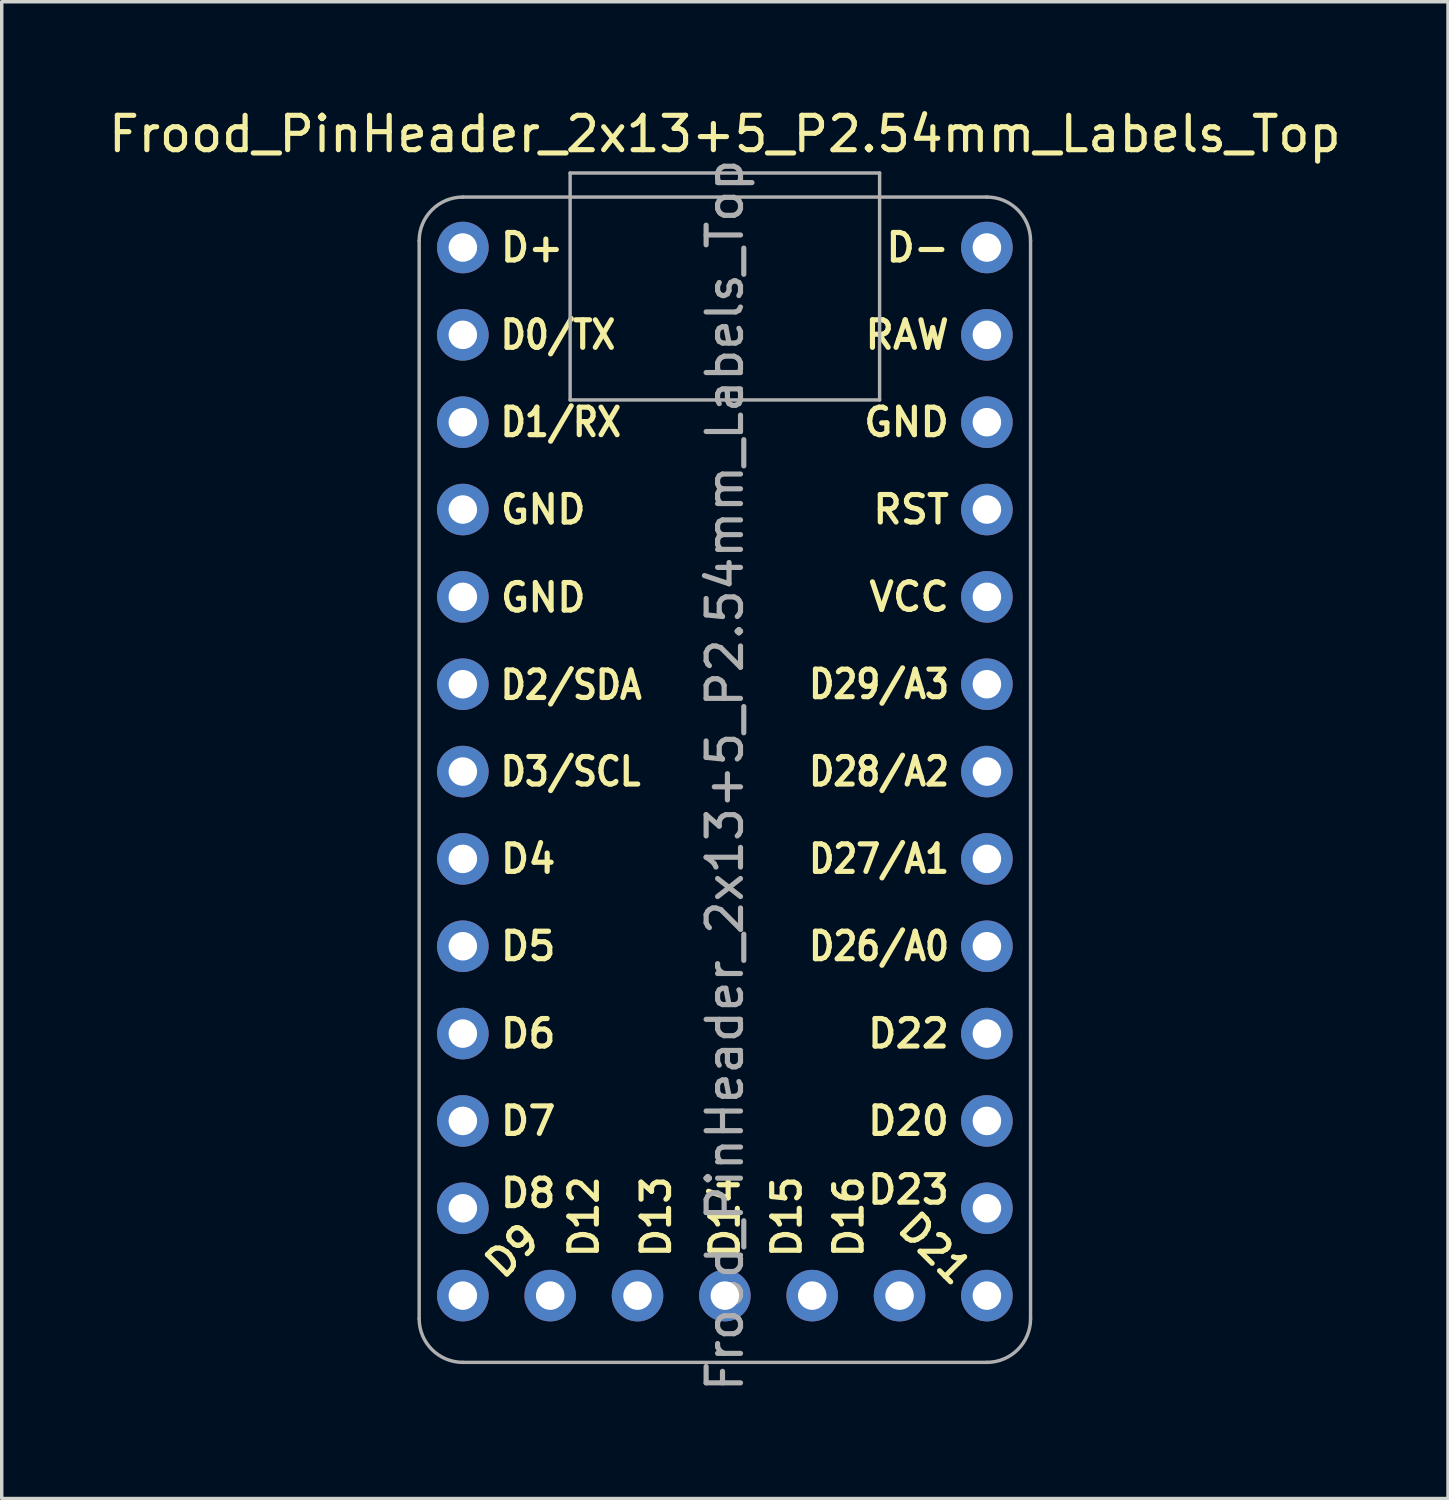
<source format=kicad_pcb>
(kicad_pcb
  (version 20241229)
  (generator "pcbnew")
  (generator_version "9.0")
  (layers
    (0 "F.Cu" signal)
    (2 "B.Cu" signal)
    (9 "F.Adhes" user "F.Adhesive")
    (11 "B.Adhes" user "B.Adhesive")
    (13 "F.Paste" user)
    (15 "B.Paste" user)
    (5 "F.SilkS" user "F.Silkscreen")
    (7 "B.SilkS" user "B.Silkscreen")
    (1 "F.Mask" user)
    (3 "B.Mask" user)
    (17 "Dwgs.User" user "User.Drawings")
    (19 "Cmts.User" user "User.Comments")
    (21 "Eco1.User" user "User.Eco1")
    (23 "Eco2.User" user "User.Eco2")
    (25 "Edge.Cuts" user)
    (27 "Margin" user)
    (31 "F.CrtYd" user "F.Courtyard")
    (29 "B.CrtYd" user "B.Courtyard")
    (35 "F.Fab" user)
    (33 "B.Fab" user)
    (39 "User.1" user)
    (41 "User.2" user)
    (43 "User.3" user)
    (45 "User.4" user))
  (footprint "Frood_PinHeader_2x13+5_P2.54mm_Labels_Top"
    (layer "F.Cu")
    (at 18.03 4.148)
    (property "Reference" "Frood_PinHeader_2x13+5_P2.54mm_Labels_Top" (at 0 -3.3 0) (layer "F.SilkS") (effects (font (size 1 1) (thickness 0.15))))
    (attr through_hole)
    (fp_line (start -8.89 -0.197) (end -8.89 31.151) (stroke (width 0.1) (type solid)) (layer "F.Fab"))
    (fp_line (start -7.62 -1.467) (end 7.62 -1.467) (stroke (width 0.1) (type solid)) (layer "F.Fab"))
    (fp_line (start -7.62 32.421) (end 7.62 32.421) (stroke (width 0.1) (type solid)) (layer "F.Fab"))
    (fp_line (start -4.5 -2.167) (end -4.5 4.433) (stroke (width 0.1) (type solid)) (layer "F.Fab"))
    (fp_line (start -4.5 4.433) (end 4.5 4.433) (stroke (width 0.1) (type solid)) (layer "F.Fab"))
    (fp_line (start 4.5 -2.167) (end -4.5 -2.167) (stroke (width 0.1) (type solid)) (layer "F.Fab"))
    (fp_line (start 4.5 4.433) (end 4.5 -2.167) (stroke (width 0.1) (type solid)) (layer "F.Fab"))
    (fp_line (start 8.89 31.151) (end 8.89 -0.197) (stroke (width 0.1) (type solid)) (layer "F.Fab"))
    (fp_arc (start -8.89 -0.1965) (mid -8.518056 -1.094702) (end -7.62 -1.467) (stroke (width 0.1) (type solid)) (layer "F.Fab"))
    (fp_arc (start -7.62 32.421) (mid -8.518026 32.049026) (end -8.89 31.151) (stroke (width 0.1) (type solid)) (layer "F.Fab"))
    (fp_arc (start 7.62 -1.467) (mid 8.518056 -1.094702) (end 8.89 -0.1965) (stroke (width 0.1) (type solid)) (layer "F.Fab"))
    (fp_arc (start 8.89 31.151) (mid 8.518026 32.049026) (end 7.62 32.421) (stroke (width 0.1) (type solid)) (layer "F.Fab"))
    (fp_text user "D9" (at -6.8 29.8 45) (layer "F.SilkS") (effects (font (size 0.8 0.8) (thickness 0.15)) (justify left)))
    (fp_text user "D13" (at -2 29.45 90) (layer "F.SilkS") (effects (font (size 0.8 0.8) (thickness 0.15)) (justify left)))
    (fp_text user "RST" (at 6.6 7.62 0) (layer "F.SilkS") (effects (font (size 0.8 0.8) (thickness 0.15)) (justify right)))
    (fp_text user "D4" (at -6.6 17.78 0) (layer "F.SilkS") (effects (font (size 0.8 0.8) (thickness 0.15)) (justify left)))
    (fp_text user "D3/SCL" (at -6.6 15.24 0) (layer "F.SilkS") (effects (font (size 0.8 0.7) (thickness 0.15)) (justify left)))
    (fp_text user "D6" (at -6.6 22.86 0) (layer "F.SilkS") (effects (font (size 0.8 0.8) (thickness 0.15)) (justify left)))
    (fp_text user "D22" (at 6.6 22.86 0) (layer "F.SilkS") (effects (font (size 0.8 0.8) (thickness 0.15)) (justify right)))
    (fp_text user "GND" (at -6.6 10.18 0) (layer "F.SilkS") (effects (font (size 0.8 0.8) (thickness 0.15)) (justify left)))
    (fp_text user "VCC" (at 6.6 10.16 0) (layer "F.SilkS") (effects (font (size 0.8 0.8) (thickness 0.15)) (justify right)))
    (fp_text user "D23" (at 6.6 27.4 0) (layer "F.SilkS") (effects (font (size 0.8 0.8) (thickness 0.15)) (justify right)))
    (fp_text user "D15" (at 1.8 29.45 90) (layer "F.SilkS") (effects (font (size 0.8 0.8) (thickness 0.15)) (justify left)))
    (fp_text user "D-" (at 6.6 0 0) (layer "F.SilkS") (effects (font (size 0.8 0.8) (thickness 0.15)) (justify right)))
    (fp_text user "D8" (at -6.6 27.5 0) (layer "F.SilkS") (effects (font (size 0.8 0.8) (thickness 0.15)) (justify left)))
    (fp_text user "RAW" (at 6.6 2.54 0) (layer "F.SilkS") (effects (font (size 0.8 0.8) (thickness 0.15)) (justify right)))
    (fp_text user "GND" (at 6.6 5.08 0) (layer "F.SilkS") (effects (font (size 0.8 0.8) (thickness 0.15)) (justify right)))
    (fp_text user "D1/RX" (at -6.6 5.08 0) (layer "F.SilkS") (effects (font (size 0.8 0.7) (thickness 0.15)) (justify left)))
    (fp_text user "D2/SDA" (at -6.6 12.723 0) (layer "F.SilkS") (effects (font (size 0.8 0.7) (thickness 0.15)) (justify left)))
    (fp_text user "D12" (at -4.1 29.45 90) (layer "F.SilkS") (effects (font (size 0.8 0.8) (thickness 0.15)) (justify left)))
    (fp_text user "D14" (at 0 29.45 90) (layer "F.SilkS") (effects (font (size 0.8 0.8) (thickness 0.15)) (justify left)))
    (fp_text user "D28/A2" (at 6.6 15.24 0) (layer "F.SilkS") (effects (font (size 0.8 0.7) (thickness 0.15)) (justify right)))
    (fp_text user "D21" (at 7 30 315) (unlocked yes) (layer "F.SilkS") (effects (font (size 0.8 0.8) (thickness 0.15)) (justify right)))
    (fp_text user "D16" (at 3.6 29.45 90) (layer "F.SilkS") (effects (font (size 0.8 0.8) (thickness 0.15)) (justify left)))
    (fp_text user "D7" (at -6.6 25.4 0) (layer "F.SilkS") (effects (font (size 0.8 0.8) (thickness 0.15)) (justify left)))
    (fp_text user "D+" (at -6.6 0 0) (layer "F.SilkS") (effects (font (size 0.8 0.8) (thickness 0.15)) (justify left)))
    (fp_text user "D27/A1" (at 6.6 17.78 0) (layer "F.SilkS") (effects (font (size 0.8 0.7) (thickness 0.15)) (justify right)))
    (fp_text user "D0/TX" (at -6.6 2.54 0) (layer "F.SilkS") (effects (font (size 0.8 0.7) (thickness 0.15)) (justify left)))
    (fp_text user "GND" (at -6.6 7.62 0) (layer "F.SilkS") (effects (font (size 0.8 0.8) (thickness 0.15)) (justify left)))
    (fp_text user "D20" (at 6.6 25.4 0) (layer "F.SilkS") (effects (font (size 0.8 0.8) (thickness 0.15)) (justify right)))
    (fp_text user "D26/A0" (at 6.6 20.32 0) (layer "F.SilkS") (effects (font (size 0.8 0.7) (thickness 0.15)) (justify right)))
    (fp_text user "D5" (at -6.6 20.32 0) (layer "F.SilkS") (effects (font (size 0.8 0.8) (thickness 0.15)) (justify left)))
    (fp_text user "D29/A3" (at 6.6 12.7 0) (layer "F.SilkS") (effects (font (size 0.8 0.7) (thickness 0.15)) (justify right)))
    (fp_text user "${REFERENCE}" (at 0 15.35 90) (layer "F.Fab") (effects (font (size 1 1) (thickness 0.15))))
    (pad "1" thru_hole oval (at -7.62 0) (size 1.5 1.5) (drill 0.83) (layers "*.Cu" "*.Mask"))
    (pad "2" thru_hole oval (at -7.62 2.54) (size 1.5 1.5) (drill 0.83) (layers "*.Cu" "*.Mask"))
    (pad "3" thru_hole oval (at -7.62 5.08) (size 1.5 1.5) (drill 0.83) (layers "*.Cu" "*.Mask"))
    (pad "4" thru_hole oval (at -7.62 7.62 45) (size 1.5 1.5) (drill 0.83) (layers "*.Cu" "*.Mask"))
    (pad "5" thru_hole oval (at -7.62 10.16 45) (size 1.5 1.5) (drill 0.83) (layers "*.Cu" "*.Mask"))
    (pad "6" thru_hole oval (at -7.62 12.7) (size 1.5 1.5) (drill 0.83) (layers "*.Cu" "*.Mask"))
    (pad "7" thru_hole oval (at -7.62 15.24) (size 1.5 1.5) (drill 0.83) (layers "*.Cu" "*.Mask"))
    (pad "8" thru_hole oval (at -7.62 17.78) (size 1.5 1.5) (drill 0.83) (layers "*.Cu" "*.Mask"))
    (pad "9" thru_hole oval (at -7.62 20.32) (size 1.5 1.5) (drill 0.83) (layers "*.Cu" "*.Mask"))
    (pad "10" thru_hole oval (at -7.62 22.86) (size 1.5 1.5) (drill 0.83) (layers "*.Cu" "*.Mask"))
    (pad "11" thru_hole oval (at -7.62 25.4) (size 1.5 1.5) (drill 0.83) (layers "*.Cu" "*.Mask"))
    (pad "12" thru_hole oval (at -7.62 27.94) (size 1.5 1.5) (drill 0.83) (layers "*.Cu" "*.Mask"))
    (pad "13" thru_hole oval (at -7.62 30.48) (size 1.5 1.5) (drill 0.83) (layers "*.Cu" "*.Mask"))
    (pad "14" thru_hole oval (at -5.08 30.48) (size 1.5 1.5) (drill 0.83) (layers "*.Cu" "*.Mask"))
    (pad "15" thru_hole oval (at -2.54 30.48) (size 1.5 1.5) (drill 0.83) (layers "*.Cu" "*.Mask"))
    (pad "16" thru_hole oval (at 0 30.48) (size 1.5 1.5) (drill 0.83) (layers "*.Cu" "*.Mask"))
    (pad "17" thru_hole oval (at 2.54 30.48) (size 1.5 1.5) (drill 0.83) (layers "*.Cu" "*.Mask"))
    (pad "18" thru_hole oval (at 5.08 30.48) (size 1.5 1.5) (drill 0.83) (layers "*.Cu" "*.Mask"))
    (pad "19" thru_hole oval (at 7.62 30.48) (size 1.5 1.5) (drill 0.83) (layers "*.Cu" "*.Mask"))
    (pad "20" thru_hole oval (at 7.62 27.94) (size 1.5 1.5) (drill 0.83) (layers "*.Cu" "*.Mask"))
    (pad "21" thru_hole oval (at 7.62 25.4) (size 1.5 1.5) (drill 0.83) (layers "*.Cu" "*.Mask"))
    (pad "22" thru_hole oval (at 7.62 22.86) (size 1.5 1.5) (drill 0.83) (layers "*.Cu" "*.Mask"))
    (pad "23" thru_hole oval (at 7.62 20.32) (size 1.5 1.5) (drill 0.83) (layers "*.Cu" "*.Mask"))
    (pad "24" thru_hole oval (at 7.62 17.78) (size 1.5 1.5) (drill 0.83) (layers "*.Cu" "*.Mask"))
    (pad "25" thru_hole oval (at 7.62 15.24) (size 1.5 1.5) (drill 0.83) (layers "*.Cu" "*.Mask"))
    (pad "26" thru_hole oval (at 7.62 12.7) (size 1.5 1.5) (drill 0.83) (layers "*.Cu" "*.Mask"))
    (pad "27" thru_hole oval (at 7.62 10.16) (size 1.5 1.5) (drill 0.83) (layers "*.Cu" "*.Mask"))
    (pad "28" thru_hole oval (at 7.62 7.62) (size 1.5 1.5) (drill 0.83) (layers "*.Cu" "*.Mask"))
    (pad "29" thru_hole oval (at 7.62 5.08 45) (size 1.5 1.5) (drill 0.83) (layers "*.Cu" "*.Mask"))
    (pad "30" thru_hole oval (at 7.62 2.54) (size 1.5 1.5) (drill 0.83) (layers "*.Cu" "*.Mask"))
    (pad "31" thru_hole oval (at 7.62 0) (size 1.5 1.5) (drill 0.83) (layers "*.Cu" "*.Mask")))
  (gr_rect
    (start -3 -3)
    (end 39.06 40.528)
    (stroke (width 0.1) (type default))
    (fill no)
    (layer "Edge.Cuts")))
</source>
